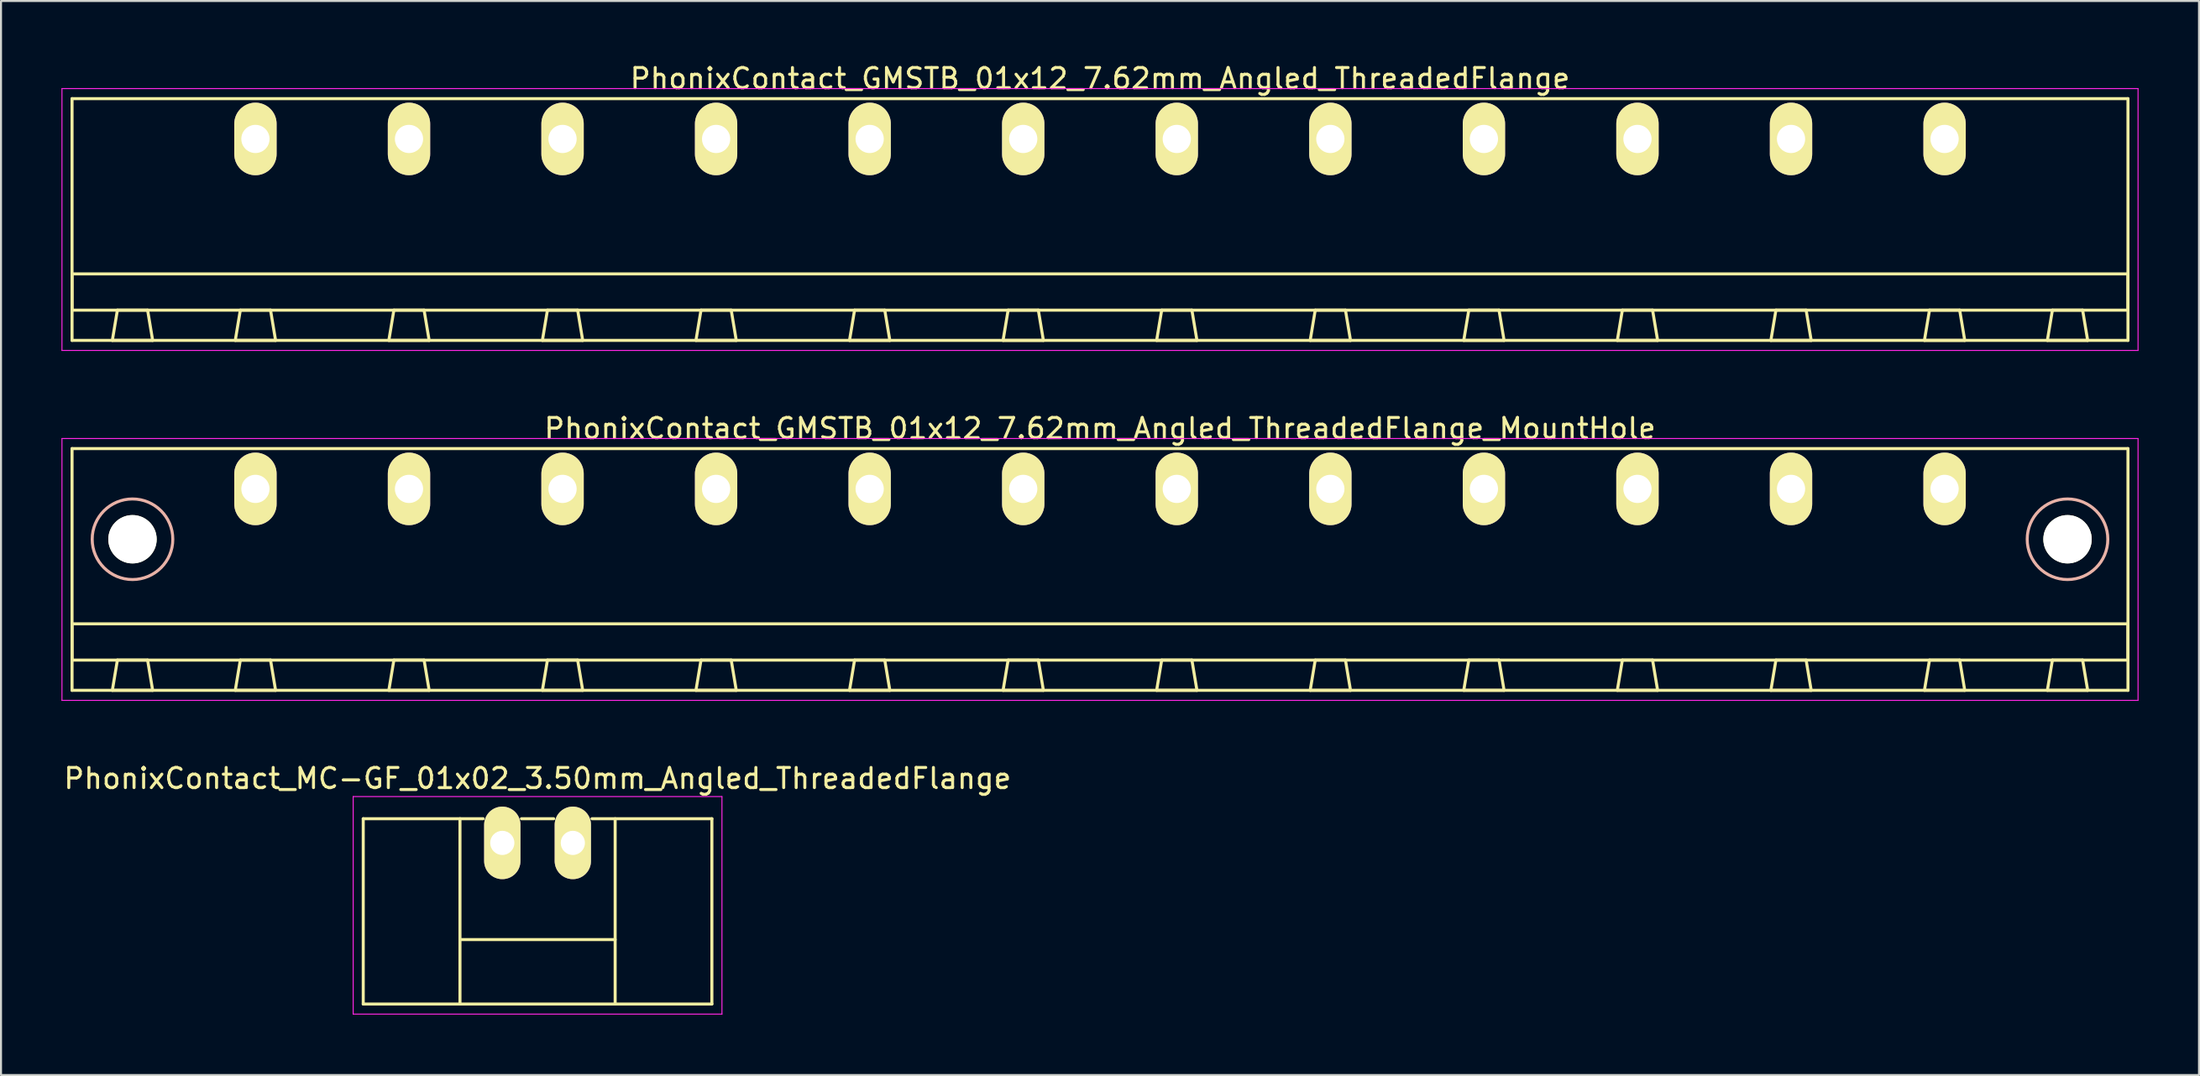
<source format=kicad_pcb>
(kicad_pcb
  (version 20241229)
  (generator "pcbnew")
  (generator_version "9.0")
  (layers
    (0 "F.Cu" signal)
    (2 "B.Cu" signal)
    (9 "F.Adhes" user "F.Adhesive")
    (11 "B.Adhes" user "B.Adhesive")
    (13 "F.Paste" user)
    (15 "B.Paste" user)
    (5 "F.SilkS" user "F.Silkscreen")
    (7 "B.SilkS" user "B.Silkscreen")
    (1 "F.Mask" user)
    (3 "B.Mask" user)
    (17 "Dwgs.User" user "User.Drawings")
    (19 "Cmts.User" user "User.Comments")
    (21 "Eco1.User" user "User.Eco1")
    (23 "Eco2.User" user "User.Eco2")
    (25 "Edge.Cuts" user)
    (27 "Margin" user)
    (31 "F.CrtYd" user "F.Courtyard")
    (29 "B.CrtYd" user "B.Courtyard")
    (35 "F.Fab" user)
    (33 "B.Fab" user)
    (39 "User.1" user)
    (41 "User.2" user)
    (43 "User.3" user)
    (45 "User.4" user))
  (footprint "PhonixContact_MC-GF_01x02_3.50mm_Angled_ThreadedFlange"
    (layer "F.Cu")
    (at 21.875 38.795)
    (property "Reference" "PhonixContact_MC-GF_01x02_3.50mm_Angled_ThreadedFlange" (at 1.75 -3.2 0) (layer "F.SilkS") (effects (font (size 1 1) (thickness 0.15))))
    (attr through_hole)
    (fp_line (start -6.9 -1.2) (end -6.9 8) (stroke (width 0.15) (type solid)) (layer "F.SilkS"))
    (fp_line (start -6.9 -1.2) (end -0.95 -1.2) (stroke (width 0.15) (type solid)) (layer "F.SilkS"))
    (fp_line (start -6.9 8) (end 10.4 8) (stroke (width 0.15) (type solid)) (layer "F.SilkS"))
    (fp_line (start -2.1 -1.2) (end -2.1 8) (stroke (width 0.15) (type solid)) (layer "F.SilkS"))
    (fp_line (start -2.1 4.8) (end 5.6 4.8) (stroke (width 0.15) (type solid)) (layer "F.SilkS"))
    (fp_line (start 0.95 -1.2) (end 2.55 -1.2) (stroke (width 0.15) (type solid)) (layer "F.SilkS"))
    (fp_line (start 5.6 -1.2) (end 5.6 8) (stroke (width 0.15) (type solid)) (layer "F.SilkS"))
    (fp_line (start 10.4 -1.2) (end 4.45 -1.2) (stroke (width 0.15) (type solid)) (layer "F.SilkS"))
    (fp_line (start 10.4 8) (end 10.4 -1.2) (stroke (width 0.15) (type solid)) (layer "F.SilkS"))
    (fp_line (start -7.4 -2.3) (end -7.4 8.5) (stroke (width 0.05) (type solid)) (layer "F.CrtYd"))
    (fp_line (start -7.4 8.5) (end 10.9 8.5) (stroke (width 0.05) (type solid)) (layer "F.CrtYd"))
    (fp_line (start 10.9 -2.3) (end -7.4 -2.3) (stroke (width 0.05) (type solid)) (layer "F.CrtYd"))
    (fp_line (start 10.9 8.5) (end 10.9 -2.3) (stroke (width 0.05) (type solid)) (layer "F.CrtYd"))
    (pad "1" thru_hole oval (at 0 0) (size 1.8 3.6) (drill 1.2) (layers "*.Cu" "*.Mask" "F.SilkS"))
    (pad "2" thru_hole oval (at 3.5 0) (size 1.8 3.6) (drill 1.2) (layers "*.Cu" "*.Mask" "F.SilkS")))
  (footprint "PhonixContact_GMSTB_01x12_7.62mm_Angled_ThreadedFlange_MountHole"
    (layer "F.Cu")
    (at 9.625 21.221)
    (property "Reference" "PhonixContact_GMSTB_01x12_7.62mm_Angled_ThreadedFlange_MountHole" (at 41.91 -3 0) (layer "F.SilkS") (effects (font (size 1 1) (thickness 0.15))))
    (attr through_hole)
    (fp_line (start -9.1 -2) (end -9.1 10) (stroke (width 0.15) (type solid)) (layer "F.SilkS"))
    (fp_line (start -9.1 6.7) (end 92.92 6.7) (stroke (width 0.15) (type solid)) (layer "F.SilkS"))
    (fp_line (start -9.1 8.5) (end -9.1 6.7) (stroke (width 0.15) (type solid)) (layer "F.SilkS"))
    (fp_line (start -9.1 10) (end 92.92 10) (stroke (width 0.15) (type solid)) (layer "F.SilkS"))
    (fp_line (start -7.1 10) (end -5.1 10) (stroke (width 0.15) (type solid)) (layer "F.SilkS"))
    (fp_line (start -6.85 8.5) (end -7.1 10) (stroke (width 0.15) (type solid)) (layer "F.SilkS"))
    (fp_line (start -5.35 8.5) (end -6.85 8.5) (stroke (width 0.15) (type solid)) (layer "F.SilkS"))
    (fp_line (start -5.1 10) (end -5.35 8.5) (stroke (width 0.15) (type solid)) (layer "F.SilkS"))
    (fp_line (start -1 10) (end 1 10) (stroke (width 0.15) (type solid)) (layer "F.SilkS"))
    (fp_line (start -0.75 8.5) (end -1 10) (stroke (width 0.15) (type solid)) (layer "F.SilkS"))
    (fp_line (start 0.75 8.5) (end -0.75 8.5) (stroke (width 0.15) (type solid)) (layer "F.SilkS"))
    (fp_line (start 1 10) (end 0.75 8.5) (stroke (width 0.15) (type solid)) (layer "F.SilkS"))
    (fp_line (start 6.62 10) (end 8.62 10) (stroke (width 0.15) (type solid)) (layer "F.SilkS"))
    (fp_line (start 6.87 8.5) (end 6.62 10) (stroke (width 0.15) (type solid)) (layer "F.SilkS"))
    (fp_line (start 8.37 8.5) (end 6.87 8.5) (stroke (width 0.15) (type solid)) (layer "F.SilkS"))
    (fp_line (start 8.62 10) (end 8.37 8.5) (stroke (width 0.15) (type solid)) (layer "F.SilkS"))
    (fp_line (start 14.24 10) (end 16.24 10) (stroke (width 0.15) (type solid)) (layer "F.SilkS"))
    (fp_line (start 14.49 8.5) (end 14.24 10) (stroke (width 0.15) (type solid)) (layer "F.SilkS"))
    (fp_line (start 15.99 8.5) (end 14.49 8.5) (stroke (width 0.15) (type solid)) (layer "F.SilkS"))
    (fp_line (start 16.24 10) (end 15.99 8.5) (stroke (width 0.15) (type solid)) (layer "F.SilkS"))
    (fp_line (start 21.86 10) (end 23.86 10) (stroke (width 0.15) (type solid)) (layer "F.SilkS"))
    (fp_line (start 22.11 8.5) (end 21.86 10) (stroke (width 0.15) (type solid)) (layer "F.SilkS"))
    (fp_line (start 23.61 8.5) (end 22.11 8.5) (stroke (width 0.15) (type solid)) (layer "F.SilkS"))
    (fp_line (start 23.86 10) (end 23.61 8.5) (stroke (width 0.15) (type solid)) (layer "F.SilkS"))
    (fp_line (start 29.48 10) (end 31.48 10) (stroke (width 0.15) (type solid)) (layer "F.SilkS"))
    (fp_line (start 29.73 8.5) (end 29.48 10) (stroke (width 0.15) (type solid)) (layer "F.SilkS"))
    (fp_line (start 31.23 8.5) (end 29.73 8.5) (stroke (width 0.15) (type solid)) (layer "F.SilkS"))
    (fp_line (start 31.48 10) (end 31.23 8.5) (stroke (width 0.15) (type solid)) (layer "F.SilkS"))
    (fp_line (start 37.1 10) (end 39.1 10) (stroke (width 0.15) (type solid)) (layer "F.SilkS"))
    (fp_line (start 37.35 8.5) (end 37.1 10) (stroke (width 0.15) (type solid)) (layer "F.SilkS"))
    (fp_line (start 38.85 8.5) (end 37.35 8.5) (stroke (width 0.15) (type solid)) (layer "F.SilkS"))
    (fp_line (start 39.1 10) (end 38.85 8.5) (stroke (width 0.15) (type solid)) (layer "F.SilkS"))
    (fp_line (start 44.72 10) (end 46.72 10) (stroke (width 0.15) (type solid)) (layer "F.SilkS"))
    (fp_line (start 44.97 8.5) (end 44.72 10) (stroke (width 0.15) (type solid)) (layer "F.SilkS"))
    (fp_line (start 46.47 8.5) (end 44.97 8.5) (stroke (width 0.15) (type solid)) (layer "F.SilkS"))
    (fp_line (start 46.72 10) (end 46.47 8.5) (stroke (width 0.15) (type solid)) (layer "F.SilkS"))
    (fp_line (start 52.34 10) (end 54.34 10) (stroke (width 0.15) (type solid)) (layer "F.SilkS"))
    (fp_line (start 52.59 8.5) (end 52.34 10) (stroke (width 0.15) (type solid)) (layer "F.SilkS"))
    (fp_line (start 54.09 8.5) (end 52.59 8.5) (stroke (width 0.15) (type solid)) (layer "F.SilkS"))
    (fp_line (start 54.34 10) (end 54.09 8.5) (stroke (width 0.15) (type solid)) (layer "F.SilkS"))
    (fp_line (start 59.96 10) (end 61.96 10) (stroke (width 0.15) (type solid)) (layer "F.SilkS"))
    (fp_line (start 60.21 8.5) (end 59.96 10) (stroke (width 0.15) (type solid)) (layer "F.SilkS"))
    (fp_line (start 61.71 8.5) (end 60.21 8.5) (stroke (width 0.15) (type solid)) (layer "F.SilkS"))
    (fp_line (start 61.96 10) (end 61.71 8.5) (stroke (width 0.15) (type solid)) (layer "F.SilkS"))
    (fp_line (start 67.58 10) (end 69.58 10) (stroke (width 0.15) (type solid)) (layer "F.SilkS"))
    (fp_line (start 67.83 8.5) (end 67.58 10) (stroke (width 0.15) (type solid)) (layer "F.SilkS"))
    (fp_line (start 69.33 8.5) (end 67.83 8.5) (stroke (width 0.15) (type solid)) (layer "F.SilkS"))
    (fp_line (start 69.58 10) (end 69.33 8.5) (stroke (width 0.15) (type solid)) (layer "F.SilkS"))
    (fp_line (start 75.2 10) (end 77.2 10) (stroke (width 0.15) (type solid)) (layer "F.SilkS"))
    (fp_line (start 75.45 8.5) (end 75.2 10) (stroke (width 0.15) (type solid)) (layer "F.SilkS"))
    (fp_line (start 76.95 8.5) (end 75.45 8.5) (stroke (width 0.15) (type solid)) (layer "F.SilkS"))
    (fp_line (start 77.2 10) (end 76.95 8.5) (stroke (width 0.15) (type solid)) (layer "F.SilkS"))
    (fp_line (start 82.82 10) (end 84.82 10) (stroke (width 0.15) (type solid)) (layer "F.SilkS"))
    (fp_line (start 83.07 8.5) (end 82.82 10) (stroke (width 0.15) (type solid)) (layer "F.SilkS"))
    (fp_line (start 84.57 8.5) (end 83.07 8.5) (stroke (width 0.15) (type solid)) (layer "F.SilkS"))
    (fp_line (start 84.82 10) (end 84.57 8.5) (stroke (width 0.15) (type solid)) (layer "F.SilkS"))
    (fp_line (start 88.92 10) (end 90.92 10) (stroke (width 0.15) (type solid)) (layer "F.SilkS"))
    (fp_line (start 89.17 8.5) (end 88.92 10) (stroke (width 0.15) (type solid)) (layer "F.SilkS"))
    (fp_line (start 90.67 8.5) (end 89.17 8.5) (stroke (width 0.15) (type solid)) (layer "F.SilkS"))
    (fp_line (start 90.92 10) (end 90.67 8.5) (stroke (width 0.15) (type solid)) (layer "F.SilkS"))
    (fp_line (start 92.92 -2) (end -9.1 -2) (stroke (width 0.15) (type solid)) (layer "F.SilkS"))
    (fp_line (start 92.92 6.7) (end 92.92 8.5) (stroke (width 0.15) (type solid)) (layer "F.SilkS"))
    (fp_line (start 92.92 8.5) (end -9.1 8.5) (stroke (width 0.15) (type solid)) (layer "F.SilkS"))
    (fp_line (start 92.92 10) (end 92.92 -2) (stroke (width 0.15) (type solid)) (layer "F.SilkS"))
    (fp_circle (center -6.1 2.5) (end -4.1 2.5) (stroke (width 0.15) (type solid)) (fill no) (layer "B.SilkS"))
    (fp_circle (center 89.92 2.5) (end 91.92 2.5) (stroke (width 0.15) (type solid)) (fill no) (layer "B.SilkS"))
    (fp_line (start -9.6 -2.5) (end -9.6 10.5) (stroke (width 0.05) (type solid)) (layer "F.CrtYd"))
    (fp_line (start -9.6 10.5) (end 93.42 10.5) (stroke (width 0.05) (type solid)) (layer "F.CrtYd"))
    (fp_line (start 93.42 -2.5) (end -9.6 -2.5) (stroke (width 0.05) (type solid)) (layer "F.CrtYd"))
    (fp_line (start 93.42 10.5) (end 93.42 -2.5) (stroke (width 0.05) (type solid)) (layer "F.CrtYd"))
    (pad "" np_thru_hole circle (at -6.1 2.5) (size 2.4 2.4) (drill 2.4) (layers "*.Cu" "*.Mask" "F.SilkS"))
    (pad "" np_thru_hole circle (at 89.92 2.5) (size 2.4 2.4) (drill 2.4) (layers "*.Cu" "*.Mask" "F.SilkS"))
    (pad "1" thru_hole oval (at 0 0) (size 2.1 3.6) (drill 1.4) (layers "*.Cu" "*.Mask" "F.SilkS"))
    (pad "2" thru_hole oval (at 7.62 0) (size 2.1 3.6) (drill 1.4) (layers "*.Cu" "*.Mask" "F.SilkS"))
    (pad "3" thru_hole oval (at 15.24 0) (size 2.1 3.6) (drill 1.4) (layers "*.Cu" "*.Mask" "F.SilkS"))
    (pad "4" thru_hole oval (at 22.86 0) (size 2.1 3.6) (drill 1.4) (layers "*.Cu" "*.Mask" "F.SilkS"))
    (pad "5" thru_hole oval (at 30.48 0) (size 2.1 3.6) (drill 1.4) (layers "*.Cu" "*.Mask" "F.SilkS"))
    (pad "6" thru_hole oval (at 38.1 0) (size 2.1 3.6) (drill 1.4) (layers "*.Cu" "*.Mask" "F.SilkS"))
    (pad "7" thru_hole oval (at 45.72 0) (size 2.1 3.6) (drill 1.4) (layers "*.Cu" "*.Mask" "F.SilkS"))
    (pad "8" thru_hole oval (at 53.34 0) (size 2.1 3.6) (drill 1.4) (layers "*.Cu" "*.Mask" "F.SilkS"))
    (pad "9" thru_hole oval (at 60.96 0) (size 2.1 3.6) (drill 1.4) (layers "*.Cu" "*.Mask" "F.SilkS"))
    (pad "10" thru_hole oval (at 68.58 0) (size 2.1 3.6) (drill 1.4) (layers "*.Cu" "*.Mask" "F.SilkS"))
    (pad "11" thru_hole oval (at 76.2 0) (size 2.1 3.6) (drill 1.4) (layers "*.Cu" "*.Mask" "F.SilkS"))
    (pad "12" thru_hole oval (at 83.82 0) (size 2.1 3.6) (drill 1.4) (layers "*.Cu" "*.Mask" "F.SilkS")))
  (footprint "PhonixContact_GMSTB_01x12_7.62mm_Angled_ThreadedFlange"
    (layer "F.Cu")
    (at 9.625 3.848)
    (property "Reference" "PhonixContact_GMSTB_01x12_7.62mm_Angled_ThreadedFlange" (at 41.91 -3 0) (layer "F.SilkS") (effects (font (size 1 1) (thickness 0.15))))
    (attr through_hole)
    (fp_line (start -9.1 -2) (end -9.1 10) (stroke (width 0.15) (type solid)) (layer "F.SilkS"))
    (fp_line (start -9.1 6.7) (end 92.92 6.7) (stroke (width 0.15) (type solid)) (layer "F.SilkS"))
    (fp_line (start -9.1 8.5) (end -9.1 6.7) (stroke (width 0.15) (type solid)) (layer "F.SilkS"))
    (fp_line (start -9.1 10) (end 92.92 10) (stroke (width 0.15) (type solid)) (layer "F.SilkS"))
    (fp_line (start -7.1 10) (end -5.1 10) (stroke (width 0.15) (type solid)) (layer "F.SilkS"))
    (fp_line (start -6.85 8.5) (end -7.1 10) (stroke (width 0.15) (type solid)) (layer "F.SilkS"))
    (fp_line (start -5.35 8.5) (end -6.85 8.5) (stroke (width 0.15) (type solid)) (layer "F.SilkS"))
    (fp_line (start -5.1 10) (end -5.35 8.5) (stroke (width 0.15) (type solid)) (layer "F.SilkS"))
    (fp_line (start -1 10) (end 1 10) (stroke (width 0.15) (type solid)) (layer "F.SilkS"))
    (fp_line (start -0.75 8.5) (end -1 10) (stroke (width 0.15) (type solid)) (layer "F.SilkS"))
    (fp_line (start 0.75 8.5) (end -0.75 8.5) (stroke (width 0.15) (type solid)) (layer "F.SilkS"))
    (fp_line (start 1 10) (end 0.75 8.5) (stroke (width 0.15) (type solid)) (layer "F.SilkS"))
    (fp_line (start 6.62 10) (end 8.62 10) (stroke (width 0.15) (type solid)) (layer "F.SilkS"))
    (fp_line (start 6.87 8.5) (end 6.62 10) (stroke (width 0.15) (type solid)) (layer "F.SilkS"))
    (fp_line (start 8.37 8.5) (end 6.87 8.5) (stroke (width 0.15) (type solid)) (layer "F.SilkS"))
    (fp_line (start 8.62 10) (end 8.37 8.5) (stroke (width 0.15) (type solid)) (layer "F.SilkS"))
    (fp_line (start 14.24 10) (end 16.24 10) (stroke (width 0.15) (type solid)) (layer "F.SilkS"))
    (fp_line (start 14.49 8.5) (end 14.24 10) (stroke (width 0.15) (type solid)) (layer "F.SilkS"))
    (fp_line (start 15.99 8.5) (end 14.49 8.5) (stroke (width 0.15) (type solid)) (layer "F.SilkS"))
    (fp_line (start 16.24 10) (end 15.99 8.5) (stroke (width 0.15) (type solid)) (layer "F.SilkS"))
    (fp_line (start 21.86 10) (end 23.86 10) (stroke (width 0.15) (type solid)) (layer "F.SilkS"))
    (fp_line (start 22.11 8.5) (end 21.86 10) (stroke (width 0.15) (type solid)) (layer "F.SilkS"))
    (fp_line (start 23.61 8.5) (end 22.11 8.5) (stroke (width 0.15) (type solid)) (layer "F.SilkS"))
    (fp_line (start 23.86 10) (end 23.61 8.5) (stroke (width 0.15) (type solid)) (layer "F.SilkS"))
    (fp_line (start 29.48 10) (end 31.48 10) (stroke (width 0.15) (type solid)) (layer "F.SilkS"))
    (fp_line (start 29.73 8.5) (end 29.48 10) (stroke (width 0.15) (type solid)) (layer "F.SilkS"))
    (fp_line (start 31.23 8.5) (end 29.73 8.5) (stroke (width 0.15) (type solid)) (layer "F.SilkS"))
    (fp_line (start 31.48 10) (end 31.23 8.5) (stroke (width 0.15) (type solid)) (layer "F.SilkS"))
    (fp_line (start 37.1 10) (end 39.1 10) (stroke (width 0.15) (type solid)) (layer "F.SilkS"))
    (fp_line (start 37.35 8.5) (end 37.1 10) (stroke (width 0.15) (type solid)) (layer "F.SilkS"))
    (fp_line (start 38.85 8.5) (end 37.35 8.5) (stroke (width 0.15) (type solid)) (layer "F.SilkS"))
    (fp_line (start 39.1 10) (end 38.85 8.5) (stroke (width 0.15) (type solid)) (layer "F.SilkS"))
    (fp_line (start 44.72 10) (end 46.72 10) (stroke (width 0.15) (type solid)) (layer "F.SilkS"))
    (fp_line (start 44.97 8.5) (end 44.72 10) (stroke (width 0.15) (type solid)) (layer "F.SilkS"))
    (fp_line (start 46.47 8.5) (end 44.97 8.5) (stroke (width 0.15) (type solid)) (layer "F.SilkS"))
    (fp_line (start 46.72 10) (end 46.47 8.5) (stroke (width 0.15) (type solid)) (layer "F.SilkS"))
    (fp_line (start 52.34 10) (end 54.34 10) (stroke (width 0.15) (type solid)) (layer "F.SilkS"))
    (fp_line (start 52.59 8.5) (end 52.34 10) (stroke (width 0.15) (type solid)) (layer "F.SilkS"))
    (fp_line (start 54.09 8.5) (end 52.59 8.5) (stroke (width 0.15) (type solid)) (layer "F.SilkS"))
    (fp_line (start 54.34 10) (end 54.09 8.5) (stroke (width 0.15) (type solid)) (layer "F.SilkS"))
    (fp_line (start 59.96 10) (end 61.96 10) (stroke (width 0.15) (type solid)) (layer "F.SilkS"))
    (fp_line (start 60.21 8.5) (end 59.96 10) (stroke (width 0.15) (type solid)) (layer "F.SilkS"))
    (fp_line (start 61.71 8.5) (end 60.21 8.5) (stroke (width 0.15) (type solid)) (layer "F.SilkS"))
    (fp_line (start 61.96 10) (end 61.71 8.5) (stroke (width 0.15) (type solid)) (layer "F.SilkS"))
    (fp_line (start 67.58 10) (end 69.58 10) (stroke (width 0.15) (type solid)) (layer "F.SilkS"))
    (fp_line (start 67.83 8.5) (end 67.58 10) (stroke (width 0.15) (type solid)) (layer "F.SilkS"))
    (fp_line (start 69.33 8.5) (end 67.83 8.5) (stroke (width 0.15) (type solid)) (layer "F.SilkS"))
    (fp_line (start 69.58 10) (end 69.33 8.5) (stroke (width 0.15) (type solid)) (layer "F.SilkS"))
    (fp_line (start 75.2 10) (end 77.2 10) (stroke (width 0.15) (type solid)) (layer "F.SilkS"))
    (fp_line (start 75.45 8.5) (end 75.2 10) (stroke (width 0.15) (type solid)) (layer "F.SilkS"))
    (fp_line (start 76.95 8.5) (end 75.45 8.5) (stroke (width 0.15) (type solid)) (layer "F.SilkS"))
    (fp_line (start 77.2 10) (end 76.95 8.5) (stroke (width 0.15) (type solid)) (layer "F.SilkS"))
    (fp_line (start 82.82 10) (end 84.82 10) (stroke (width 0.15) (type solid)) (layer "F.SilkS"))
    (fp_line (start 83.07 8.5) (end 82.82 10) (stroke (width 0.15) (type solid)) (layer "F.SilkS"))
    (fp_line (start 84.57 8.5) (end 83.07 8.5) (stroke (width 0.15) (type solid)) (layer "F.SilkS"))
    (fp_line (start 84.82 10) (end 84.57 8.5) (stroke (width 0.15) (type solid)) (layer "F.SilkS"))
    (fp_line (start 88.92 10) (end 90.92 10) (stroke (width 0.15) (type solid)) (layer "F.SilkS"))
    (fp_line (start 89.17 8.5) (end 88.92 10) (stroke (width 0.15) (type solid)) (layer "F.SilkS"))
    (fp_line (start 90.67 8.5) (end 89.17 8.5) (stroke (width 0.15) (type solid)) (layer "F.SilkS"))
    (fp_line (start 90.92 10) (end 90.67 8.5) (stroke (width 0.15) (type solid)) (layer "F.SilkS"))
    (fp_line (start 92.92 -2) (end -9.1 -2) (stroke (width 0.15) (type solid)) (layer "F.SilkS"))
    (fp_line (start 92.92 6.7) (end 92.92 8.5) (stroke (width 0.15) (type solid)) (layer "F.SilkS"))
    (fp_line (start 92.92 8.5) (end -9.1 8.5) (stroke (width 0.15) (type solid)) (layer "F.SilkS"))
    (fp_line (start 92.92 10) (end 92.92 -2) (stroke (width 0.15) (type solid)) (layer "F.SilkS"))
    (fp_line (start -9.6 -2.5) (end -9.6 10.5) (stroke (width 0.05) (type solid)) (layer "F.CrtYd"))
    (fp_line (start -9.6 10.5) (end 93.42 10.5) (stroke (width 0.05) (type solid)) (layer "F.CrtYd"))
    (fp_line (start 93.42 -2.5) (end -9.6 -2.5) (stroke (width 0.05) (type solid)) (layer "F.CrtYd"))
    (fp_line (start 93.42 10.5) (end 93.42 -2.5) (stroke (width 0.05) (type solid)) (layer "F.CrtYd"))
    (pad "1" thru_hole oval (at 0 0) (size 2.1 3.6) (drill 1.4) (layers "*.Cu" "*.Mask" "F.SilkS"))
    (pad "2" thru_hole oval (at 7.62 0) (size 2.1 3.6) (drill 1.4) (layers "*.Cu" "*.Mask" "F.SilkS"))
    (pad "3" thru_hole oval (at 15.24 0) (size 2.1 3.6) (drill 1.4) (layers "*.Cu" "*.Mask" "F.SilkS"))
    (pad "4" thru_hole oval (at 22.86 0) (size 2.1 3.6) (drill 1.4) (layers "*.Cu" "*.Mask" "F.SilkS"))
    (pad "5" thru_hole oval (at 30.48 0) (size 2.1 3.6) (drill 1.4) (layers "*.Cu" "*.Mask" "F.SilkS"))
    (pad "6" thru_hole oval (at 38.1 0) (size 2.1 3.6) (drill 1.4) (layers "*.Cu" "*.Mask" "F.SilkS"))
    (pad "7" thru_hole oval (at 45.72 0) (size 2.1 3.6) (drill 1.4) (layers "*.Cu" "*.Mask" "F.SilkS"))
    (pad "8" thru_hole oval (at 53.34 0) (size 2.1 3.6) (drill 1.4) (layers "*.Cu" "*.Mask" "F.SilkS"))
    (pad "9" thru_hole oval (at 60.96 0) (size 2.1 3.6) (drill 1.4) (layers "*.Cu" "*.Mask" "F.SilkS"))
    (pad "10" thru_hole oval (at 68.58 0) (size 2.1 3.6) (drill 1.4) (layers "*.Cu" "*.Mask" "F.SilkS"))
    (pad "11" thru_hole oval (at 76.2 0) (size 2.1 3.6) (drill 1.4) (layers "*.Cu" "*.Mask" "F.SilkS"))
    (pad "12" thru_hole oval (at 83.82 0) (size 2.1 3.6) (drill 1.4) (layers "*.Cu" "*.Mask" "F.SilkS")))
  (gr_rect
    (start -3 -3)
    (end 106.07 50.32)
    (stroke (width 0.1) (type default))
    (fill no)
    (layer "Edge.Cuts")))
</source>
